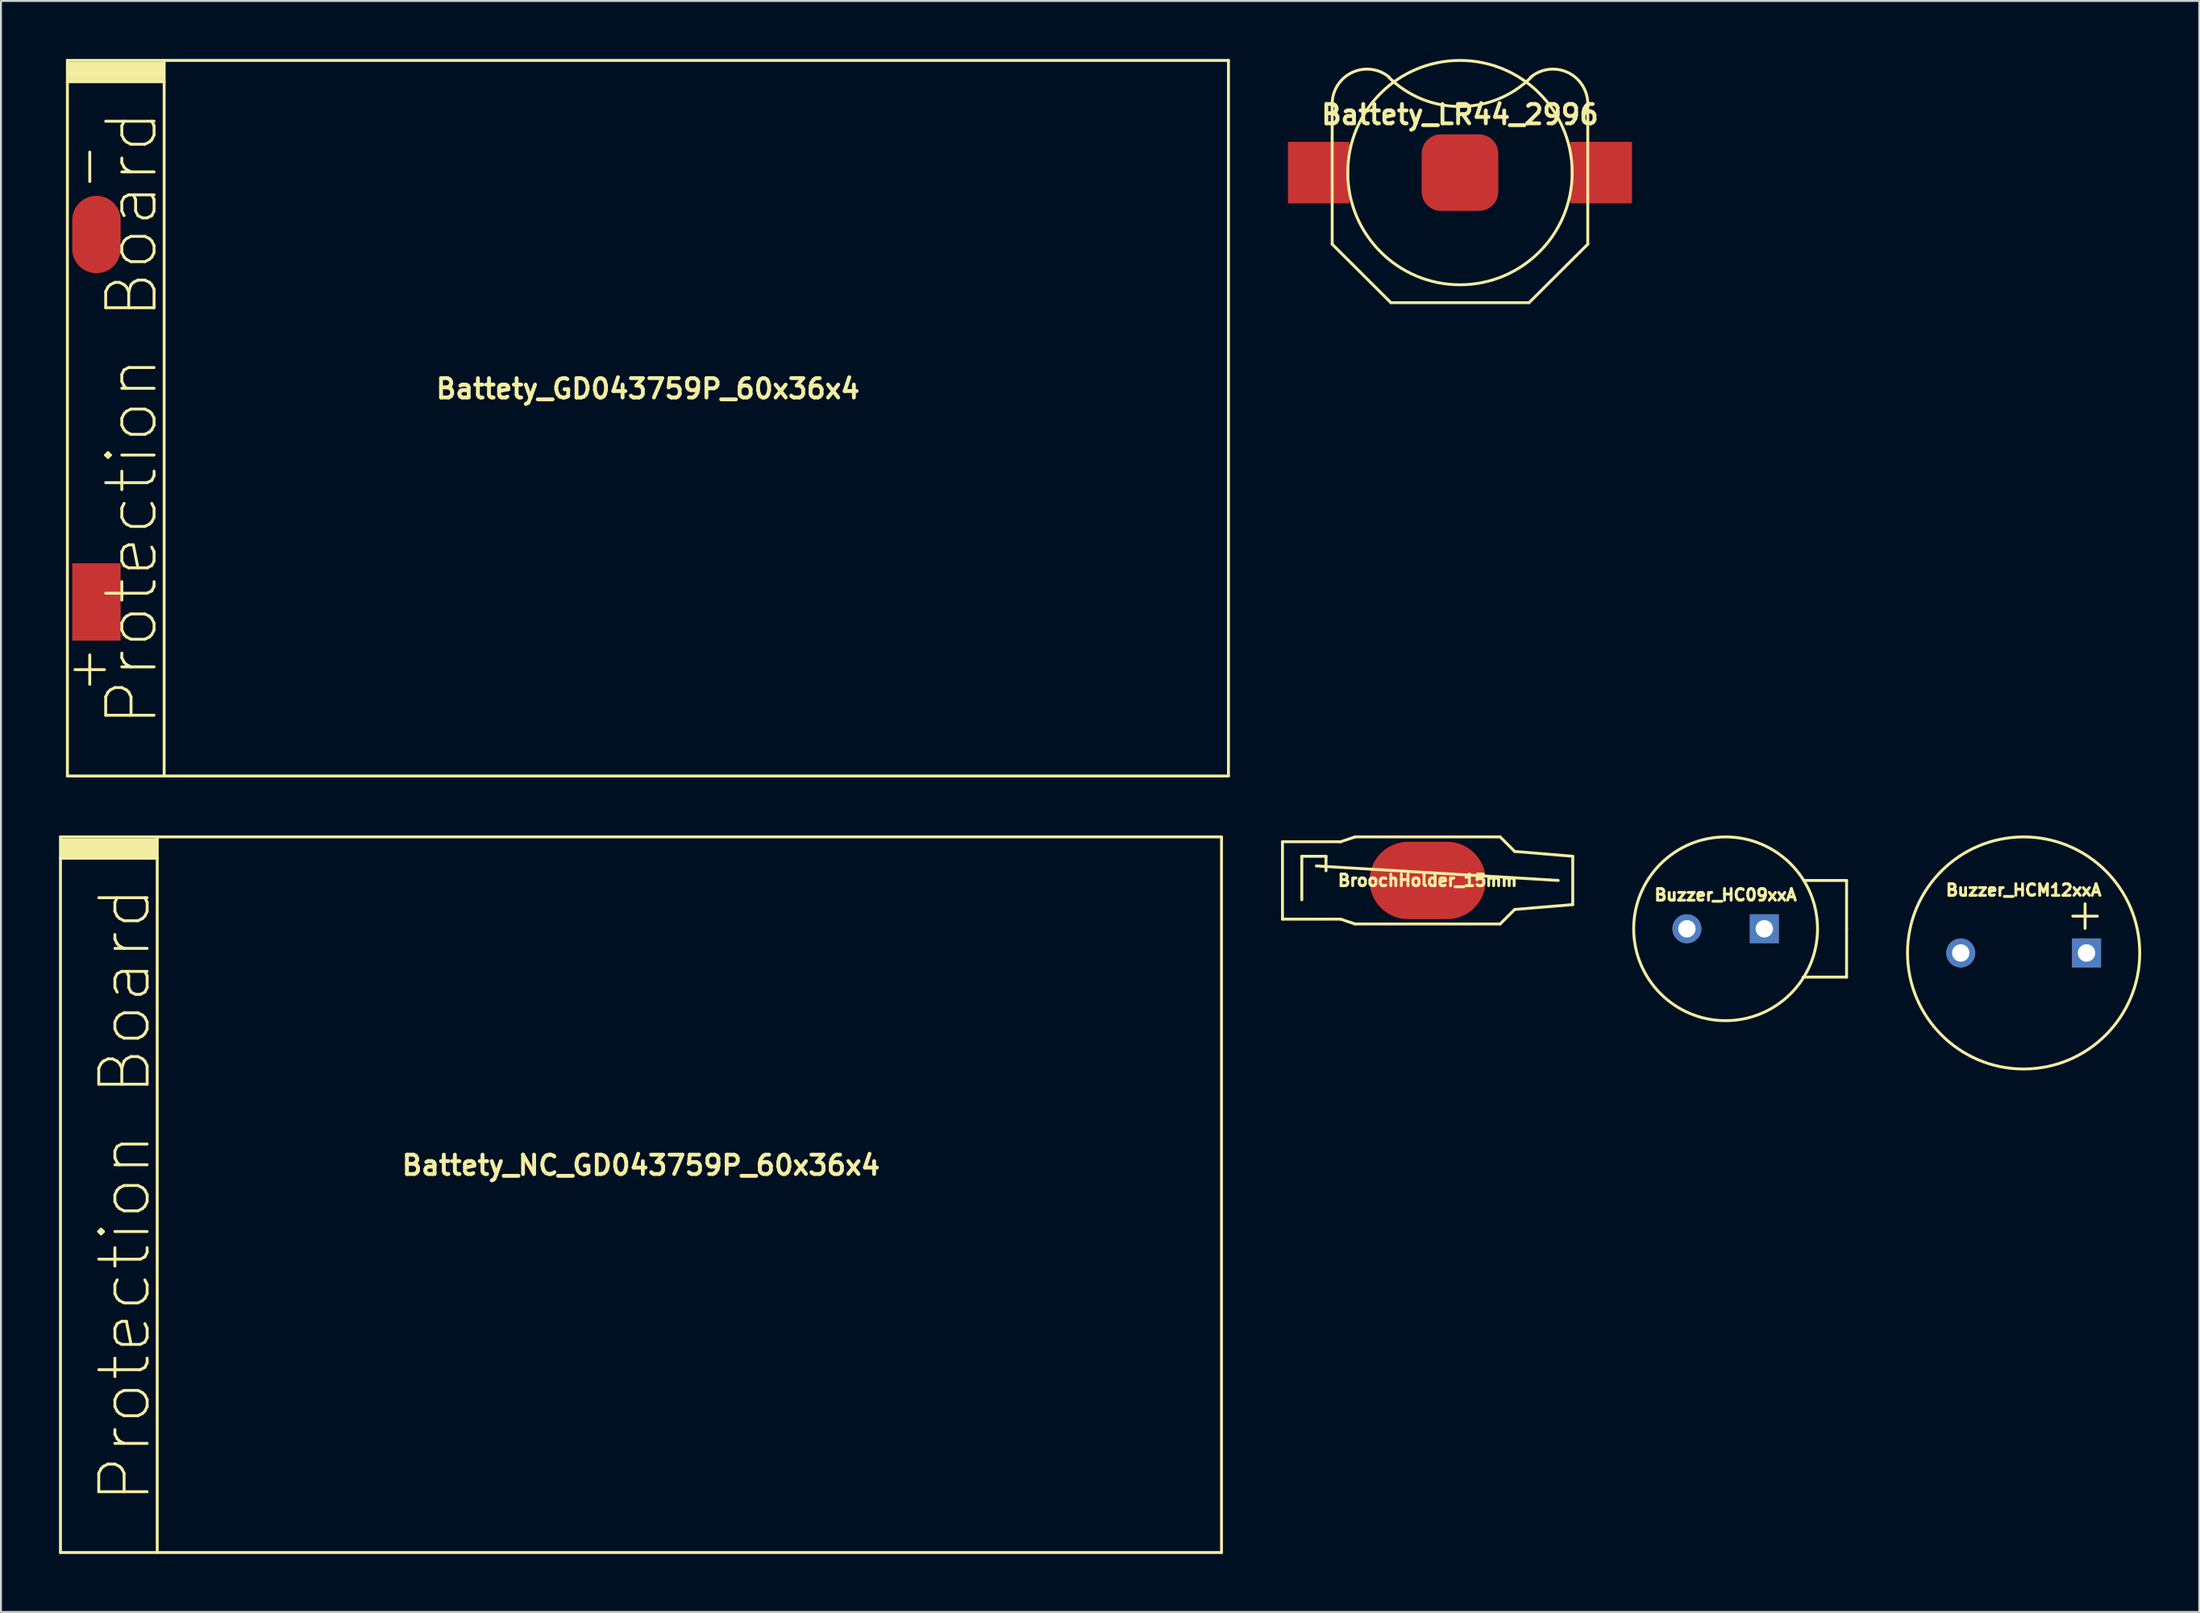
<source format=kicad_pcb>
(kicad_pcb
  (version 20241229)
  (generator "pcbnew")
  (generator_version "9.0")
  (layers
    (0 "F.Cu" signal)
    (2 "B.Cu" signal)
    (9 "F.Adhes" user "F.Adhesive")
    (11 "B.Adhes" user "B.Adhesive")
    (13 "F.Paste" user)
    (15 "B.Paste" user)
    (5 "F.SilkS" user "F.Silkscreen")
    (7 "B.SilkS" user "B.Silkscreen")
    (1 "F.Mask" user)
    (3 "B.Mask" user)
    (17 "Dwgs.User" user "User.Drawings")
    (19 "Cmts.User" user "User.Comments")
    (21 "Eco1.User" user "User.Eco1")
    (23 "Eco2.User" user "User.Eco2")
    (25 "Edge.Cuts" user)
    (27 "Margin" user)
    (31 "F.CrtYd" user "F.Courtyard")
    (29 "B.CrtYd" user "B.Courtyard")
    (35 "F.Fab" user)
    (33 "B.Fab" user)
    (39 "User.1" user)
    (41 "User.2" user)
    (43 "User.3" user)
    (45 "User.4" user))
  (footprint "Buzzer_HC09xxA"
    (layer "F.Cu")
    (at 86.125 44.975)
    (property "Reference" "Buzzer_HC09xxA" (at 0 -1.75 0) (layer "F.SilkS") (effects (font (size 0.6 0.6) (thickness 0.15))))
    (attr through_hole)
    (fp_line (start 6.251 -2.499) (end 4.049 -2.499) (stroke (width 0.15) (type solid)) (layer "F.SilkS"))
    (fp_line (start 6.251 0) (end 6.251 -2.499) (stroke (width 0.15) (type solid)) (layer "F.SilkS"))
    (fp_line (start 6.251 0) (end 6.251 2.499) (stroke (width 0.15) (type solid)) (layer "F.SilkS"))
    (fp_line (start 6.251 2.499) (end 4 2.499) (stroke (width 0.15) (type solid)) (layer "F.SilkS"))
    (fp_circle (center 0 0) (end 4.75 0) (stroke (width 0.15) (type solid)) (fill no) (layer "F.SilkS"))
    (pad "1" thru_hole rect (at 2 0) (size 1.5 1.5) (drill 0.9) (layers "*.Cu" "*.Mask"))
    (pad "2" thru_hole circle (at -2 0) (size 1.5 1.5) (drill 0.9) (layers "*.Cu" "*.Mask")))
  (footprint "Buzzer_HCM12xxA"
    (layer "F.Cu")
    (at 101.526 46.225)
    (property "Reference" "Buzzer_HCM12xxA" (at 0 -3.25 0) (layer "F.SilkS") (effects (font (size 0.6 0.6) (thickness 0.15))))
    (attr through_hole)
    (fp_line (start 3.175 -2.54) (end 3.175 -1.27) (stroke (width 0.15) (type solid)) (layer "F.SilkS"))
    (fp_line (start 3.81 -1.905) (end 2.54 -1.905) (stroke (width 0.15) (type solid)) (layer "F.SilkS"))
    (fp_circle (center 0 0) (end 6 0) (stroke (width 0.15) (type solid)) (fill no) (layer "F.SilkS"))
    (pad "1" thru_hole rect (at 3.25 0) (size 1.5 1.5) (drill 0.9) (layers "*.Cu" "*.Mask"))
    (pad "2" thru_hole circle (at -3.25 0) (size 1.5 1.5) (drill 0.9) (layers "*.Cu" "*.Mask")))
  (footprint "Battety_GD043759P_60x36x4"
    (layer "F.Cu")
    (at 30.433 18.575)
    (property "Reference" "Battety_GD043759P_60x36x4" (at 0 -1.524 0) (layer "F.SilkS") (effects (font (size 1 1) (thickness 0.2))))
    (attr through_hole)
    (fp_line (start -30 18.5) (end -30 -18.5) (stroke (width 0.15) (type solid)) (layer "F.SilkS"))
    (fp_line (start -29.972 -18.352) (end -25.019 -18.352) (stroke (width 0.15) (type solid)) (layer "F.SilkS"))
    (fp_line (start -29.972 -18.098) (end -25.019 -18.098) (stroke (width 0.15) (type solid)) (layer "F.SilkS"))
    (fp_line (start -29.972 -17.843) (end -25.019 -17.843) (stroke (width 0.15) (type solid)) (layer "F.SilkS"))
    (fp_line (start -29.972 -17.59) (end -25.019 -17.59) (stroke (width 0.15) (type solid)) (layer "F.SilkS"))
    (fp_line (start -25.019 -18.224) (end -29.972 -18.224) (stroke (width 0.15) (type solid)) (layer "F.SilkS"))
    (fp_line (start -25.019 -17.971) (end -29.972 -17.971) (stroke (width 0.15) (type solid)) (layer "F.SilkS"))
    (fp_line (start -25.019 -17.716) (end -29.972 -17.716) (stroke (width 0.15) (type solid)) (layer "F.SilkS"))
    (fp_line (start -25.019 -17.462) (end -29.972 -17.462) (stroke (width 0.15) (type solid)) (layer "F.SilkS"))
    (fp_line (start -25 -17.399) (end -30 -17.399) (stroke (width 0.15) (type solid)) (layer "F.SilkS"))
    (fp_line (start -25 18.5) (end -25 -18.5) (stroke (width 0.15) (type solid)) (layer "F.SilkS"))
    (fp_line (start 30 -18.5) (end -30 -18.5) (stroke (width 0.15) (type solid)) (layer "F.SilkS"))
    (fp_line (start 30 18.5) (end -30 18.5) (stroke (width 0.15) (type solid)) (layer "F.SilkS"))
    (fp_line (start 30 18.5) (end 30 -18.5) (stroke (width 0.15) (type solid)) (layer "F.SilkS"))
    (fp_text user "+" (at -29 13 90) (layer "F.SilkS") (effects (font (size 2 2) (thickness 0.15))))
    (fp_text user "Protection Board" (at -26.67 0 90) (layer "F.SilkS") (effects (font (size 2.5 2.5) (thickness 0.15))))
    (fp_text user "-" (at -29 -13 90) (layer "F.SilkS") (effects (font (size 2 2) (thickness 0.15))))
    (pad "A" smd rect (at -28.5 9.5) (size 2.5 4) (layers "F.Cu" "F.Mask" "F.Paste"))
    (pad "C" smd oval (at -28.5 -9.5) (size 2.5 4) (layers "F.Cu" "F.Mask" "F.Paste")))
  (footprint "Battety_LR44_2996"
    (layer "F.Cu")
    (at 72.398 5.875)
    (property "Reference" "Battety_LR44_2996" (at 0 -3 0) (layer "F.SilkS") (effects (font (size 1 1) (thickness 0.2))))
    (attr smd)
    (fp_line (start -6.605 3.7) (end -6.605 -3.5) (stroke (width 0.15) (type solid)) (layer "F.SilkS"))
    (fp_line (start -3.57 6.725) (end -6.605 3.7) (stroke (width 0.15) (type solid)) (layer "F.SilkS"))
    (fp_line (start -3.57 6.725) (end 3.57 6.725) (stroke (width 0.15) (type solid)) (layer "F.SilkS"))
    (fp_line (start 3.57 6.725) (end 6.605 3.7) (stroke (width 0.15) (type solid)) (layer "F.SilkS"))
    (fp_line (start 6.605 3.7) (end 6.605 -3.55) (stroke (width 0.15) (type solid)) (layer "F.SilkS"))
    (fp_arc (start -6.605 -3.55) (mid -5.565713 -5.181354) (end -3.647982 -4.92888) (stroke (width 0.15) (type solid)) (layer "F.SilkS"))
    (fp_arc (start 3.647982 -4.92888) (mid 5.565713 -5.181354) (end 6.605 -3.55) (stroke (width 0.15) (type solid)) (layer "F.SilkS"))
    (fp_arc (start 3.7 -4.95) (mid 0 -3.41741) (end -3.7 -4.95) (stroke (width 0.15) (type solid)) (layer "F.SilkS"))
    (fp_circle (center 0 0) (end 5.8 0) (stroke (width 0.15) (type solid)) (fill no) (layer "F.SilkS"))
    (pad "A" smd rect (at -7.3 0) (size 3.18 3.18) (layers "F.Cu" "F.Mask" "F.Paste"))
    (pad "A" smd rect (at 7.3 0) (size 3.18 3.18) (layers "F.Cu" "F.Mask" "F.Paste"))
    (pad "C" smd roundrect (at 0 0) (size 3.96 3.96) (layers "F.Cu" "F.Mask") (roundrect_rratio 0.25)))
  (footprint "BroochHolder_15mm"
    (layer "F.Cu")
    (at 70.725 42.475)
    (property "Reference" "BroochHolder_15mm" (at 0 0 0) (layer "F.SilkS") (effects (font (size 0.6 0.6) (thickness 0.15))))
    (attr exclude_from_pos_files exclude_from_bom)
    (fp_line (start -7.5 2) (end -7.5 -2) (stroke (width 0.15) (type solid)) (layer "F.SilkS"))
    (fp_line (start -6.5 1) (end -6.5 -1.25) (stroke (width 0.15) (type solid)) (layer "F.SilkS"))
    (fp_line (start -5.75 -0.75) (end 6.75 0) (stroke (width 0.15) (type solid)) (layer "F.SilkS"))
    (fp_line (start -5.25 -1.25) (end -6.5 -1.25) (stroke (width 0.15) (type solid)) (layer "F.SilkS"))
    (fp_line (start -5.25 -1.25) (end -5.25 -0.5) (stroke (width 0.15) (type solid)) (layer "F.SilkS"))
    (fp_line (start -4.5 -2) (end -7.5 -2) (stroke (width 0.15) (type solid)) (layer "F.SilkS"))
    (fp_line (start -4.5 -2) (end -3.75 -2.25) (stroke (width 0.15) (type solid)) (layer "F.SilkS"))
    (fp_line (start -4.5 2) (end -7.5 2) (stroke (width 0.15) (type solid)) (layer "F.SilkS"))
    (fp_line (start -4.5 2) (end -3.75 2.25) (stroke (width 0.15) (type solid)) (layer "F.SilkS"))
    (fp_line (start 3.75 -2.25) (end -3.75 -2.25) (stroke (width 0.15) (type solid)) (layer "F.SilkS"))
    (fp_line (start 3.75 -2.25) (end 4.5 -1.5) (stroke (width 0.15) (type solid)) (layer "F.SilkS"))
    (fp_line (start 3.75 2.25) (end -3.75 2.25) (stroke (width 0.15) (type solid)) (layer "F.SilkS"))
    (fp_line (start 3.75 2.25) (end 4.5 1.5) (stroke (width 0.15) (type solid)) (layer "F.SilkS"))
    (fp_line (start 4.5 -1.5) (end 7.5 -1.25) (stroke (width 0.15) (type solid)) (layer "F.SilkS"))
    (fp_line (start 4.5 1.5) (end 7.5 1.25) (stroke (width 0.15) (type solid)) (layer "F.SilkS"))
    (fp_line (start 7.5 1.25) (end 7.5 -1.25) (stroke (width 0.15) (type solid)) (layer "F.SilkS"))
    (pad "H" smd oval (at 0 0) (size 6 4) (layers "F.Cu" "F.Mask" "F.Paste")))
  (footprint "Battety_NC_GD043759P_60x36x4"
    (layer "F.Cu")
    (at 30.075 58.725)
    (property "Reference" "Battety_NC_GD043759P_60x36x4" (at 0 -1.524 0) (layer "F.SilkS") (effects (font (size 1 1) (thickness 0.2))))
    (attr through_hole)
    (fp_line (start -30 18.5) (end -30 -18.5) (stroke (width 0.15) (type solid)) (layer "F.SilkS"))
    (fp_line (start -29.972 -18.352) (end -25.019 -18.352) (stroke (width 0.15) (type solid)) (layer "F.SilkS"))
    (fp_line (start -29.972 -18.098) (end -25.019 -18.098) (stroke (width 0.15) (type solid)) (layer "F.SilkS"))
    (fp_line (start -29.972 -17.843) (end -25.019 -17.843) (stroke (width 0.15) (type solid)) (layer "F.SilkS"))
    (fp_line (start -29.972 -17.59) (end -25.019 -17.59) (stroke (width 0.15) (type solid)) (layer "F.SilkS"))
    (fp_line (start -25.019 -18.224) (end -29.972 -18.224) (stroke (width 0.15) (type solid)) (layer "F.SilkS"))
    (fp_line (start -25.019 -17.971) (end -29.972 -17.971) (stroke (width 0.15) (type solid)) (layer "F.SilkS"))
    (fp_line (start -25.019 -17.716) (end -29.972 -17.716) (stroke (width 0.15) (type solid)) (layer "F.SilkS"))
    (fp_line (start -25.019 -17.462) (end -29.972 -17.462) (stroke (width 0.15) (type solid)) (layer "F.SilkS"))
    (fp_line (start -25 -17.399) (end -30 -17.399) (stroke (width 0.15) (type solid)) (layer "F.SilkS"))
    (fp_line (start -25 18.5) (end -25 -18.5) (stroke (width 0.15) (type solid)) (layer "F.SilkS"))
    (fp_line (start 30 -18.5) (end -30 -18.5) (stroke (width 0.15) (type solid)) (layer "F.SilkS"))
    (fp_line (start 30 18.5) (end -30 18.5) (stroke (width 0.15) (type solid)) (layer "F.SilkS"))
    (fp_line (start 30 18.5) (end 30 -18.5) (stroke (width 0.15) (type solid)) (layer "F.SilkS"))
    (fp_text user "Protection Board" (at -26.67 0 90) (layer "F.SilkS") (effects (font (size 2.5 2.5) (thickness 0.15)))))
  (gr_rect
    (start -3 -3)
    (end 110.601 80.3)
    (stroke (width 0.1) (type default))
    (fill no)
    (layer "Edge.Cuts")))
</source>
